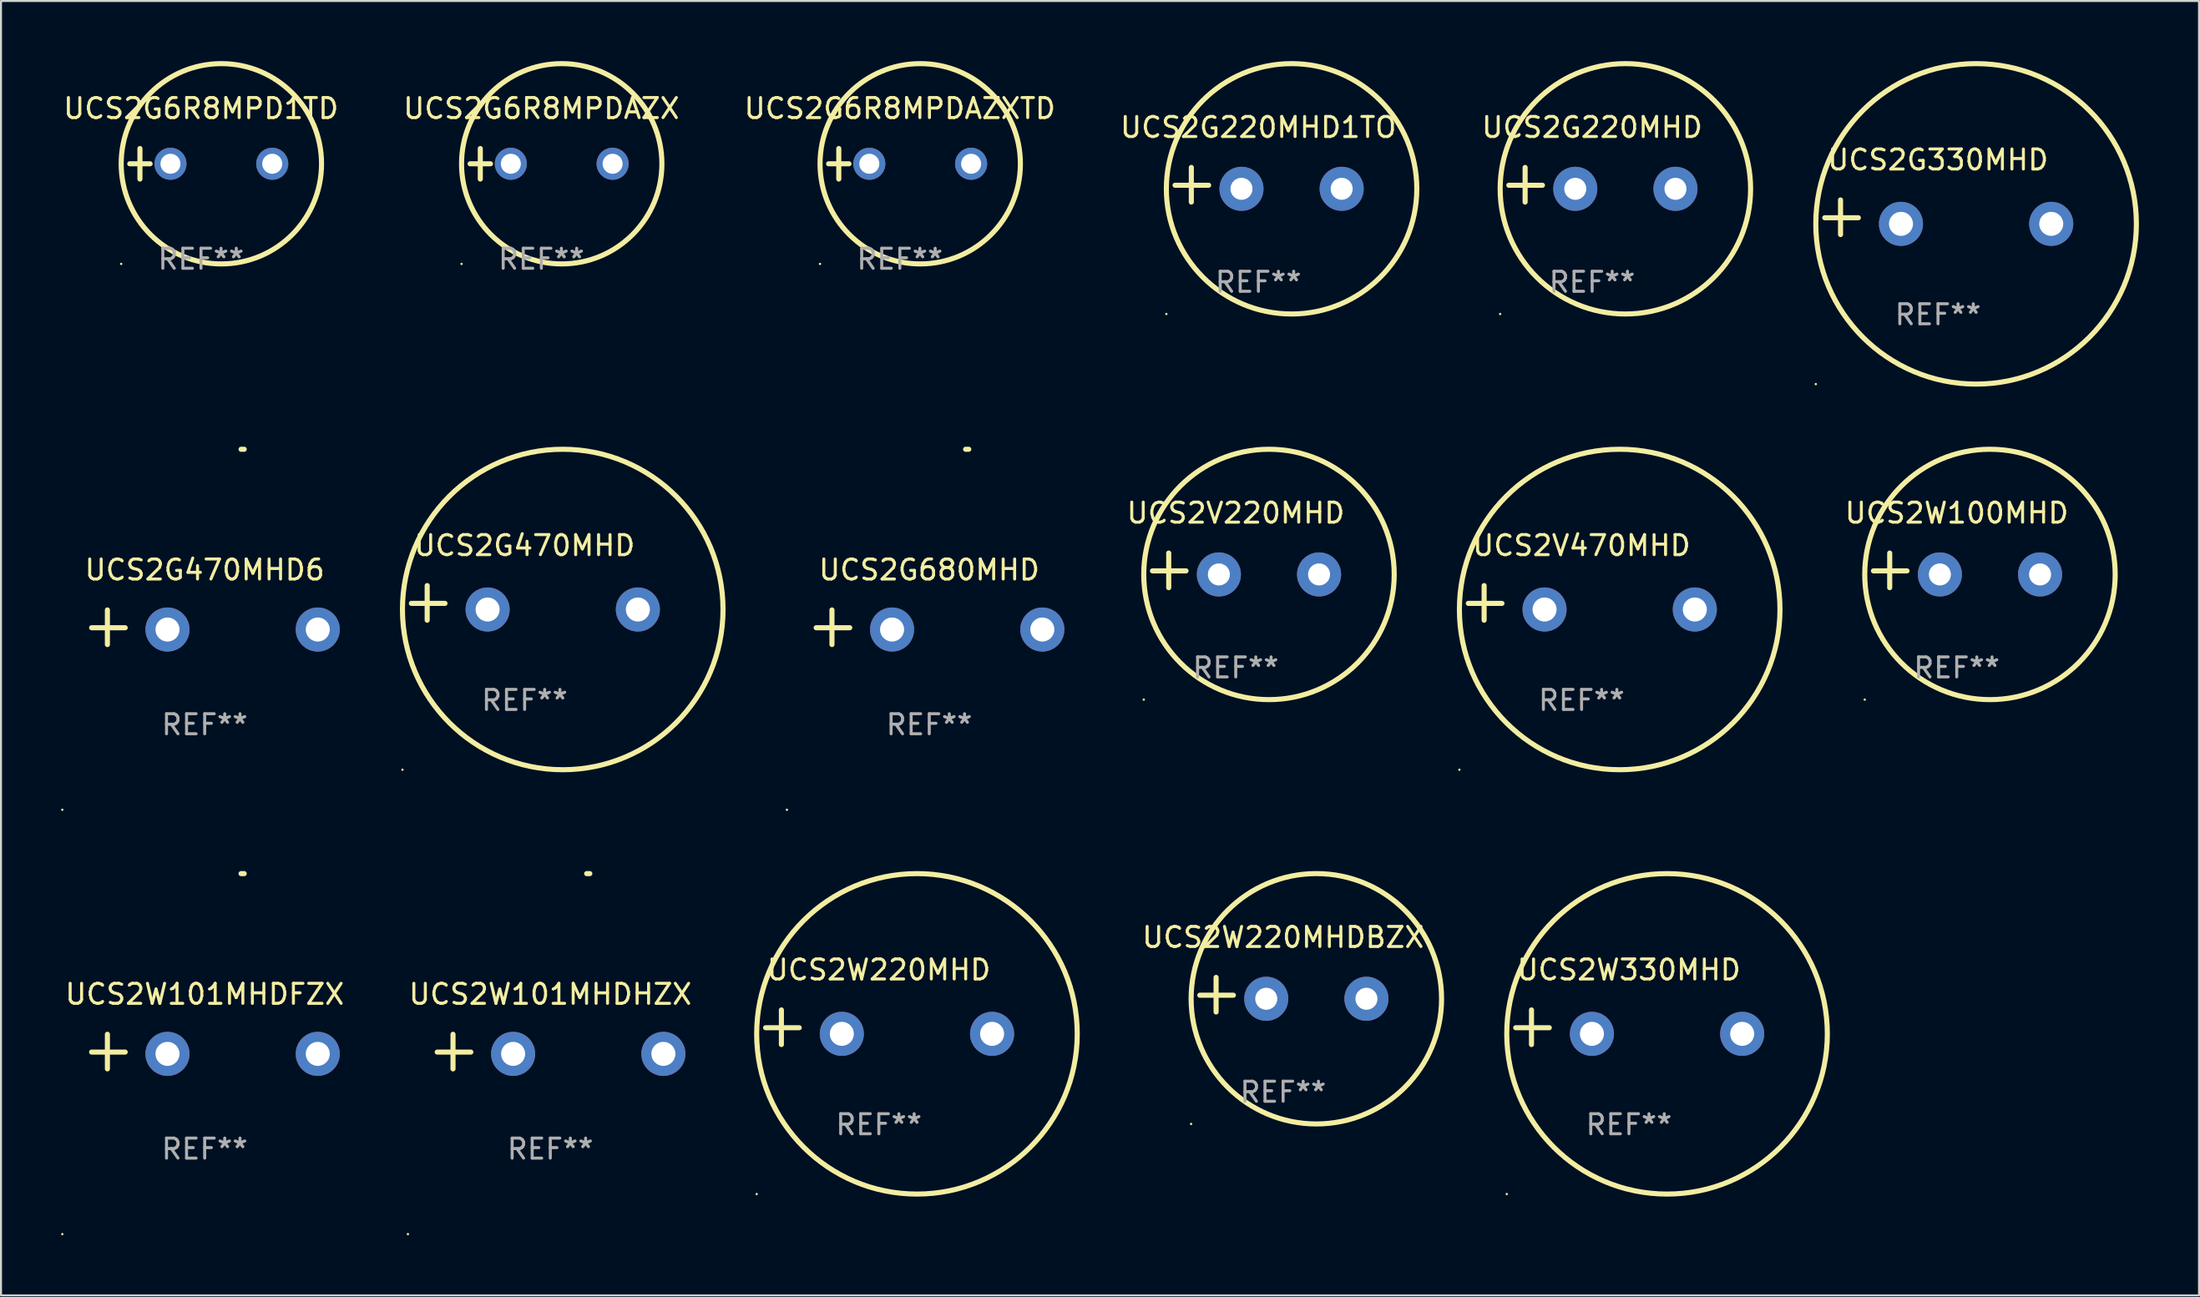
<source format=kicad_pcb>
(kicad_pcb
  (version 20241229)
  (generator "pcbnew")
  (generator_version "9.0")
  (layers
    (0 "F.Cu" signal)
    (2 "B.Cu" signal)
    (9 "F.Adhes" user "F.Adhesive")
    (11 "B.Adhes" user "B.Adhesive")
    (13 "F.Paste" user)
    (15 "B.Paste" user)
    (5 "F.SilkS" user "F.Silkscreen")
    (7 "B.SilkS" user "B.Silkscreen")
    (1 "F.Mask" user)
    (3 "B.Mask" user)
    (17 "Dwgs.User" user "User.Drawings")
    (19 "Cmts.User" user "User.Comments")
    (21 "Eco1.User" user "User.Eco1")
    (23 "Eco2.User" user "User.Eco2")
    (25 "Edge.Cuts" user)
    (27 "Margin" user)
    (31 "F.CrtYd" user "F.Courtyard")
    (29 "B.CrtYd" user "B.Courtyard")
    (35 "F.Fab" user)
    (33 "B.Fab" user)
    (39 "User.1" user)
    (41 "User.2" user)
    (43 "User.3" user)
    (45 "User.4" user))
  (footprint "UCS2G330MHD"
    (layer "F.Cu")
    (at 93.677 7.797)
    (property "Reference" "UCS2G330MHD" (at 0 -2.864 0) (layer "F.SilkS") (effects (font (size 1 1) (thickness 0.15))))
    (attr through_hole)
    (fp_line (start -4.864 0.864) (end -4.864 -0.864) (stroke (width 0.254) (type solid)) (layer "F.SilkS"))
    (fp_line (start -3.975 0.025) (end -5.652 0.025) (stroke (width 0.254) (type solid)) (layer "F.SilkS"))
    (fp_circle (center -6.098 8.33) (end -6.068 8.33) (stroke (width 0.06) (type solid)) (fill no) (layer "F.SilkS"))
    (fp_circle (center 1.902 0.33) (end 9.902 0.33) (stroke (width 0.254) (type solid)) (fill no) (layer "F.SilkS"))
    (fp_text user "REF**" (at 0 4.864 0) (layer "F.Fab") (effects (font (size 1 1) (thickness 0.15))))
    (pad "1" thru_hole circle (at -1.848 0.33) (size 2.2 2.2) (drill 1.2) (layers "*.Cu" "*.Mask"))
    (pad "2" thru_hole circle (at 5.652 0.33) (size 2.2 2.2) (drill 1.2) (layers "*.Cu" "*.Mask")))
  (footprint "UCS2G470MHD6"
    (layer "F.Cu")
    (at 7.166 28.267)
    (property "Reference" "UCS2G470MHD6" (at 0 -2.864 0) (layer "F.SilkS") (effects (font (size 1 1) (thickness 0.15))))
    (attr through_hole)
    (fp_line (start -4.856 0.864) (end -4.856 -0.864) (stroke (width 0.254) (type solid)) (layer "F.SilkS"))
    (fp_line (start -3.967 0.025) (end -5.644 0.025) (stroke (width 0.254) (type solid)) (layer "F.SilkS"))
    (fp_arc (start 1.815024 -8.885649) (mid 1.893764 -8.88599) (end 1.972504 -8.885649) (stroke (width 0.254001) (type solid)) (layer "F.SilkS"))
    (fp_circle (center -7.106 9.114) (end -7.076 9.114) (stroke (width 0.06) (type solid)) (fill no) (layer "F.SilkS"))
    (fp_text user "REF**" (at 0 4.864 0) (layer "F.Fab") (effects (font (size 1 1) (thickness 0.15))))
    (pad "1" thru_hole circle (at -1.856 0.114) (size 2.2 2.2) (drill 1.2) (layers "*.Cu" "*.Mask"))
    (pad "2" thru_hole circle (at 5.644 0.114) (size 2.2 2.2) (drill 1.2) (layers "*.Cu" "*.Mask")))
  (footprint "UCS2V470MHD"
    (layer "F.Cu")
    (at 75.888 27.051)
    (property "Reference" "UCS2V470MHD" (at 0 -2.864 0) (layer "F.SilkS") (effects (font (size 1 1) (thickness 0.15))))
    (attr through_hole)
    (fp_line (start -4.864 0.864) (end -4.864 -0.864) (stroke (width 0.254) (type solid)) (layer "F.SilkS"))
    (fp_line (start -3.975 0.025) (end -5.652 0.025) (stroke (width 0.254) (type solid)) (layer "F.SilkS"))
    (fp_circle (center -6.098 8.33) (end -6.068 8.33) (stroke (width 0.06) (type solid)) (fill no) (layer "F.SilkS"))
    (fp_circle (center 1.902 0.33) (end 9.902 0.33) (stroke (width 0.254) (type solid)) (fill no) (layer "F.SilkS"))
    (fp_text user "REF**" (at 0 4.864 0) (layer "F.Fab") (effects (font (size 1 1) (thickness 0.15))))
    (pad "1" thru_hole circle (at -1.848 0.33) (size 2.2 2.2) (drill 1.2) (layers "*.Cu" "*.Mask"))
    (pad "2" thru_hole circle (at 5.652 0.33) (size 2.2 2.2) (drill 1.2) (layers "*.Cu" "*.Mask")))
  (footprint "UCS2W101MHDFZX"
    (layer "F.Cu")
    (at 7.166 49.454)
    (property "Reference" "UCS2W101MHDFZX" (at 0 -2.864 0) (layer "F.SilkS") (effects (font (size 1 1) (thickness 0.15))))
    (attr through_hole)
    (fp_line (start -4.856 0.864) (end -4.856 -0.864) (stroke (width 0.254) (type solid)) (layer "F.SilkS"))
    (fp_line (start -3.967 0.025) (end -5.644 0.025) (stroke (width 0.254) (type solid)) (layer "F.SilkS"))
    (fp_arc (start 1.815024 -8.885649) (mid 1.893764 -8.88599) (end 1.972504 -8.885649) (stroke (width 0.254001) (type solid)) (layer "F.SilkS"))
    (fp_circle (center -7.106 9.114) (end -7.076 9.114) (stroke (width 0.06) (type solid)) (fill no) (layer "F.SilkS"))
    (fp_text user "REF**" (at 0 4.864 0) (layer "F.Fab") (effects (font (size 1 1) (thickness 0.15))))
    (pad "1" thru_hole circle (at -1.856 0.114) (size 2.2 2.2) (drill 1.2) (layers "*.Cu" "*.Mask"))
    (pad "2" thru_hole circle (at 5.644 0.114) (size 2.2 2.2) (drill 1.2) (layers "*.Cu" "*.Mask")))
  (footprint "UCS2G470MHD"
    (layer "F.Cu")
    (at 23.135 27.051)
    (property "Reference" "UCS2G470MHD" (at 0 -2.864 0) (layer "F.SilkS") (effects (font (size 1 1) (thickness 0.15))))
    (attr through_hole)
    (fp_line (start -4.864 0.864) (end -4.864 -0.864) (stroke (width 0.254) (type solid)) (layer "F.SilkS"))
    (fp_line (start -3.975 0.025) (end -5.652 0.025) (stroke (width 0.254) (type solid)) (layer "F.SilkS"))
    (fp_circle (center -6.098 8.33) (end -6.068 8.33) (stroke (width 0.06) (type solid)) (fill no) (layer "F.SilkS"))
    (fp_circle (center 1.902 0.33) (end 9.902 0.33) (stroke (width 0.254) (type solid)) (fill no) (layer "F.SilkS"))
    (fp_text user "REF**" (at 0 4.864 0) (layer "F.Fab") (effects (font (size 1 1) (thickness 0.15))))
    (pad "1" thru_hole circle (at -1.848 0.33) (size 2.2 2.2) (drill 1.2) (layers "*.Cu" "*.Mask"))
    (pad "2" thru_hole circle (at 5.652 0.33) (size 2.2 2.2) (drill 1.2) (layers "*.Cu" "*.Mask")))
  (footprint "UCS2G6R8MPDAZX"
    (layer "F.Cu")
    (at 23.97 5.127)
    (property "Reference" "UCS2G6R8MPDAZX" (at 0 -2.762 0) (layer "F.SilkS") (effects (font (size 1 1) (thickness 0.15))))
    (attr through_hole)
    (fp_line (start -3.556 0) (end -2.54 0) (stroke (width 0.254) (type solid)) (layer "F.SilkS"))
    (fp_line (start -3.048 -0.762) (end -3.048 0.762) (stroke (width 0.254) (type solid)) (layer "F.SilkS"))
    (fp_circle (center -3.984 5) (end -3.954 5) (stroke (width 0.06) (type solid)) (fill no) (layer "F.SilkS"))
    (fp_circle (center 1.016 0) (end 6.016 0) (stroke (width 0.254) (type solid)) (fill no) (layer "F.SilkS"))
    (fp_text user "REF**" (at 0 4.762 0) (layer "F.Fab") (effects (font (size 1 1) (thickness 0.15))))
    (pad "1" thru_hole circle (at -1.524 0) (size 1.6 1.6) (drill 1) (layers "*.Cu" "*.Mask"))
    (pad "2" thru_hole circle (at 3.556 0) (size 1.6 1.6) (drill 1) (layers "*.Cu" "*.Mask")))
  (footprint "UCS2W100MHD"
    (layer "F.Cu")
    (at 94.613 25.428)
    (property "Reference" "UCS2W100MHD" (at 0 -2.864 0) (layer "F.SilkS") (effects (font (size 1 1) (thickness 0.15))))
    (attr through_hole)
    (fp_line (start -3.346 0.864) (end -3.346 -0.864) (stroke (width 0.254) (type solid)) (layer "F.SilkS"))
    (fp_line (start -2.482 0.025) (end -4.158 0.025) (stroke (width 0.254) (type solid)) (layer "F.SilkS"))
    (fp_circle (center -4.592 6.453) (end -4.562 6.453) (stroke (width 0.06) (type solid)) (fill no) (layer "F.SilkS"))
    (fp_circle (center 1.658 0.203) (end 7.908 0.203) (stroke (width 0.254) (type solid)) (fill no) (layer "F.SilkS"))
    (fp_text user "REF**" (at 0 4.864 0) (layer "F.Fab") (effects (font (size 1 1) (thickness 0.15))))
    (pad "1" thru_hole circle (at -0.842 0.203) (size 2.2 2.2) (drill 1.1) (layers "*.Cu" "*.Mask"))
    (pad "2" thru_hole circle (at 4.158 0.203) (size 2.2 2.2) (drill 1.1) (layers "*.Cu" "*.Mask")))
  (footprint "UCS2G220MHD1TO"
    (layer "F.Cu")
    (at 59.756 6.174)
    (property "Reference" "UCS2G220MHD1TO" (at 0 -2.864 0) (layer "F.SilkS") (effects (font (size 1 1) (thickness 0.15))))
    (attr through_hole)
    (fp_line (start -3.346 0.864) (end -3.346 -0.864) (stroke (width 0.254) (type solid)) (layer "F.SilkS"))
    (fp_line (start -2.482 0.025) (end -4.158 0.025) (stroke (width 0.254) (type solid)) (layer "F.SilkS"))
    (fp_circle (center -4.592 6.453) (end -4.562 6.453) (stroke (width 0.06) (type solid)) (fill no) (layer "F.SilkS"))
    (fp_circle (center 1.658 0.203) (end 7.908 0.203) (stroke (width 0.254) (type solid)) (fill no) (layer "F.SilkS"))
    (fp_text user "REF**" (at 0 4.864 0) (layer "F.Fab") (effects (font (size 1 1) (thickness 0.15))))
    (pad "1" thru_hole circle (at -0.842 0.203) (size 2.2 2.2) (drill 1.1) (layers "*.Cu" "*.Mask"))
    (pad "2" thru_hole circle (at 4.158 0.203) (size 2.2 2.2) (drill 1.1) (layers "*.Cu" "*.Mask")))
  (footprint "UCS2W101MHDHZX"
    (layer "F.Cu")
    (at 24.416 49.454)
    (property "Reference" "UCS2W101MHDHZX" (at 0 -2.864 0) (layer "F.SilkS") (effects (font (size 1 1) (thickness 0.15))))
    (attr through_hole)
    (fp_line (start -4.856 0.864) (end -4.856 -0.864) (stroke (width 0.254) (type solid)) (layer "F.SilkS"))
    (fp_line (start -3.967 0.025) (end -5.644 0.025) (stroke (width 0.254) (type solid)) (layer "F.SilkS"))
    (fp_arc (start 1.815024 -8.885649) (mid 1.893764 -8.88599) (end 1.972504 -8.885649) (stroke (width 0.254001) (type solid)) (layer "F.SilkS"))
    (fp_circle (center -7.106 9.114) (end -7.076 9.114) (stroke (width 0.06) (type solid)) (fill no) (layer "F.SilkS"))
    (fp_text user "REF**" (at 0 4.864 0) (layer "F.Fab") (effects (font (size 1 1) (thickness 0.15))))
    (pad "1" thru_hole circle (at -1.856 0.114) (size 2.2 2.2) (drill 1.2) (layers "*.Cu" "*.Mask"))
    (pad "2" thru_hole circle (at 5.644 0.114) (size 2.2 2.2) (drill 1.2) (layers "*.Cu" "*.Mask")))
  (footprint "UCS2G6R8MPD1TD"
    (layer "F.Cu")
    (at 6.982 5.127)
    (property "Reference" "UCS2G6R8MPD1TD" (at 0 -2.762 0) (layer "F.SilkS") (effects (font (size 1 1) (thickness 0.15))))
    (attr through_hole)
    (fp_line (start -3.556 0) (end -2.54 0) (stroke (width 0.254) (type solid)) (layer "F.SilkS"))
    (fp_line (start -3.048 -0.762) (end -3.048 0.762) (stroke (width 0.254) (type solid)) (layer "F.SilkS"))
    (fp_circle (center -3.984 5) (end -3.954 5) (stroke (width 0.06) (type solid)) (fill no) (layer "F.SilkS"))
    (fp_circle (center 1.016 0) (end 6.016 0) (stroke (width 0.254) (type solid)) (fill no) (layer "F.SilkS"))
    (fp_text user "REF**" (at 0 4.762 0) (layer "F.Fab") (effects (font (size 1 1) (thickness 0.15))))
    (pad "1" thru_hole circle (at -1.524 0) (size 1.6 1.6) (drill 1) (layers "*.Cu" "*.Mask"))
    (pad "2" thru_hole circle (at 3.556 0) (size 1.6 1.6) (drill 1) (layers "*.Cu" "*.Mask")))
  (footprint "UCS2W220MHD"
    (layer "F.Cu")
    (at 40.814 48.238)
    (property "Reference" "UCS2W220MHD" (at 0 -2.864 0) (layer "F.SilkS") (effects (font (size 1 1) (thickness 0.15))))
    (attr through_hole)
    (fp_line (start -4.864 0.864) (end -4.864 -0.864) (stroke (width 0.254) (type solid)) (layer "F.SilkS"))
    (fp_line (start -3.975 0.025) (end -5.652 0.025) (stroke (width 0.254) (type solid)) (layer "F.SilkS"))
    (fp_circle (center -6.098 8.33) (end -6.068 8.33) (stroke (width 0.06) (type solid)) (fill no) (layer "F.SilkS"))
    (fp_circle (center 1.902 0.33) (end 9.902 0.33) (stroke (width 0.254) (type solid)) (fill no) (layer "F.SilkS"))
    (fp_text user "REF**" (at 0 4.864 0) (layer "F.Fab") (effects (font (size 1 1) (thickness 0.15))))
    (pad "1" thru_hole circle (at -1.848 0.33) (size 2.2 2.2) (drill 1.2) (layers "*.Cu" "*.Mask"))
    (pad "2" thru_hole circle (at 5.652 0.33) (size 2.2 2.2) (drill 1.2) (layers "*.Cu" "*.Mask")))
  (footprint "UCS2G220MHD"
    (layer "F.Cu")
    (at 76.416 6.174)
    (property "Reference" "UCS2G220MHD" (at 0 -2.864 0) (layer "F.SilkS") (effects (font (size 1 1) (thickness 0.15))))
    (attr through_hole)
    (fp_line (start -3.346 0.864) (end -3.346 -0.864) (stroke (width 0.254) (type solid)) (layer "F.SilkS"))
    (fp_line (start -2.482 0.025) (end -4.158 0.025) (stroke (width 0.254) (type solid)) (layer "F.SilkS"))
    (fp_circle (center -4.592 6.453) (end -4.562 6.453) (stroke (width 0.06) (type solid)) (fill no) (layer "F.SilkS"))
    (fp_circle (center 1.658 0.203) (end 7.908 0.203) (stroke (width 0.254) (type solid)) (fill no) (layer "F.SilkS"))
    (fp_text user "REF**" (at 0 4.864 0) (layer "F.Fab") (effects (font (size 1 1) (thickness 0.15))))
    (pad "1" thru_hole circle (at -0.842 0.203) (size 2.2 2.2) (drill 1.1) (layers "*.Cu" "*.Mask"))
    (pad "2" thru_hole circle (at 4.158 0.203) (size 2.2 2.2) (drill 1.1) (layers "*.Cu" "*.Mask")))
  (footprint "UCS2W220MHDBZX"
    (layer "F.Cu")
    (at 60.992 46.614)
    (property "Reference" "UCS2W220MHDBZX" (at 0 -2.864 0) (layer "F.SilkS") (effects (font (size 1 1) (thickness 0.15))))
    (attr through_hole)
    (fp_line (start -3.346 0.864) (end -3.346 -0.864) (stroke (width 0.254) (type solid)) (layer "F.SilkS"))
    (fp_line (start -2.482 0.025) (end -4.158 0.025) (stroke (width 0.254) (type solid)) (layer "F.SilkS"))
    (fp_circle (center -4.592 6.453) (end -4.562 6.453) (stroke (width 0.06) (type solid)) (fill no) (layer "F.SilkS"))
    (fp_circle (center 1.658 0.203) (end 7.908 0.203) (stroke (width 0.254) (type solid)) (fill no) (layer "F.SilkS"))
    (fp_text user "REF**" (at 0 4.864 0) (layer "F.Fab") (effects (font (size 1 1) (thickness 0.15))))
    (pad "1" thru_hole circle (at -0.842 0.203) (size 2.2 2.2) (drill 1.1) (layers "*.Cu" "*.Mask"))
    (pad "2" thru_hole circle (at 4.158 0.203) (size 2.2 2.2) (drill 1.1) (layers "*.Cu" "*.Mask")))
  (footprint "UCS2G680MHD"
    (layer "F.Cu")
    (at 43.33 28.267)
    (property "Reference" "UCS2G680MHD" (at 0 -2.864 0) (layer "F.SilkS") (effects (font (size 1 1) (thickness 0.15))))
    (attr through_hole)
    (fp_line (start -4.856 0.864) (end -4.856 -0.864) (stroke (width 0.254) (type solid)) (layer "F.SilkS"))
    (fp_line (start -3.967 0.025) (end -5.644 0.025) (stroke (width 0.254) (type solid)) (layer "F.SilkS"))
    (fp_arc (start 1.815024 -8.885649) (mid 1.893764 -8.88599) (end 1.972504 -8.885649) (stroke (width 0.254001) (type solid)) (layer "F.SilkS"))
    (fp_circle (center -7.106 9.114) (end -7.076 9.114) (stroke (width 0.06) (type solid)) (fill no) (layer "F.SilkS"))
    (fp_text user "REF**" (at 0 4.864 0) (layer "F.Fab") (effects (font (size 1 1) (thickness 0.15))))
    (pad "1" thru_hole circle (at -1.856 0.114) (size 2.2 2.2) (drill 1.2) (layers "*.Cu" "*.Mask"))
    (pad "2" thru_hole circle (at 5.644 0.114) (size 2.2 2.2) (drill 1.2) (layers "*.Cu" "*.Mask")))
  (footprint "UCS2G6R8MPDAZXTD"
    (layer "F.Cu")
    (at 41.863 5.127)
    (property "Reference" "UCS2G6R8MPDAZXTD" (at 0 -2.762 0) (layer "F.SilkS") (effects (font (size 1 1) (thickness 0.15))))
    (attr through_hole)
    (fp_line (start -3.556 0) (end -2.54 0) (stroke (width 0.254) (type solid)) (layer "F.SilkS"))
    (fp_line (start -3.048 -0.762) (end -3.048 0.762) (stroke (width 0.254) (type solid)) (layer "F.SilkS"))
    (fp_circle (center -3.984 5) (end -3.954 5) (stroke (width 0.06) (type solid)) (fill no) (layer "F.SilkS"))
    (fp_circle (center 1.016 0) (end 6.016 0) (stroke (width 0.254) (type solid)) (fill no) (layer "F.SilkS"))
    (fp_text user "REF**" (at 0 4.762 0) (layer "F.Fab") (effects (font (size 1 1) (thickness 0.15))))
    (pad "1" thru_hole circle (at -1.524 0) (size 1.6 1.6) (drill 1) (layers "*.Cu" "*.Mask"))
    (pad "2" thru_hole circle (at 3.556 0) (size 1.6 1.6) (drill 1) (layers "*.Cu" "*.Mask")))
  (footprint "UCS2V220MHD"
    (layer "F.Cu")
    (at 58.628 25.428)
    (property "Reference" "UCS2V220MHD" (at 0 -2.864 0) (layer "F.SilkS") (effects (font (size 1 1) (thickness 0.15))))
    (attr through_hole)
    (fp_line (start -3.346 0.864) (end -3.346 -0.864) (stroke (width 0.254) (type solid)) (layer "F.SilkS"))
    (fp_line (start -2.482 0.025) (end -4.158 0.025) (stroke (width 0.254) (type solid)) (layer "F.SilkS"))
    (fp_circle (center -4.592 6.453) (end -4.562 6.453) (stroke (width 0.06) (type solid)) (fill no) (layer "F.SilkS"))
    (fp_circle (center 1.658 0.203) (end 7.908 0.203) (stroke (width 0.254) (type solid)) (fill no) (layer "F.SilkS"))
    (fp_text user "REF**" (at 0 4.864 0) (layer "F.Fab") (effects (font (size 1 1) (thickness 0.15))))
    (pad "1" thru_hole circle (at -0.842 0.203) (size 2.2 2.2) (drill 1.1) (layers "*.Cu" "*.Mask"))
    (pad "2" thru_hole circle (at 4.158 0.203) (size 2.2 2.2) (drill 1.1) (layers "*.Cu" "*.Mask")))
  (footprint "UCS2W330MHD"
    (layer "F.Cu")
    (at 78.252 48.238)
    (property "Reference" "UCS2W330MHD" (at 0 -2.864 0) (layer "F.SilkS") (effects (font (size 1 1) (thickness 0.15))))
    (attr through_hole)
    (fp_line (start -4.864 0.864) (end -4.864 -0.864) (stroke (width 0.254) (type solid)) (layer "F.SilkS"))
    (fp_line (start -3.975 0.025) (end -5.652 0.025) (stroke (width 0.254) (type solid)) (layer "F.SilkS"))
    (fp_circle (center -6.098 8.33) (end -6.068 8.33) (stroke (width 0.06) (type solid)) (fill no) (layer "F.SilkS"))
    (fp_circle (center 1.902 0.33) (end 9.902 0.33) (stroke (width 0.254) (type solid)) (fill no) (layer "F.SilkS"))
    (fp_text user "REF**" (at 0 4.864 0) (layer "F.Fab") (effects (font (size 1 1) (thickness 0.15))))
    (pad "1" thru_hole circle (at -1.848 0.33) (size 2.2 2.2) (drill 1.2) (layers "*.Cu" "*.Mask"))
    (pad "2" thru_hole circle (at 5.652 0.33) (size 2.2 2.2) (drill 1.2) (layers "*.Cu" "*.Mask")))
  (gr_rect
    (start -3 -3)
    (end 106.705 61.627)
    (stroke (width 0.1) (type default))
    (fill no)
    (layer "Edge.Cuts")))
</source>
